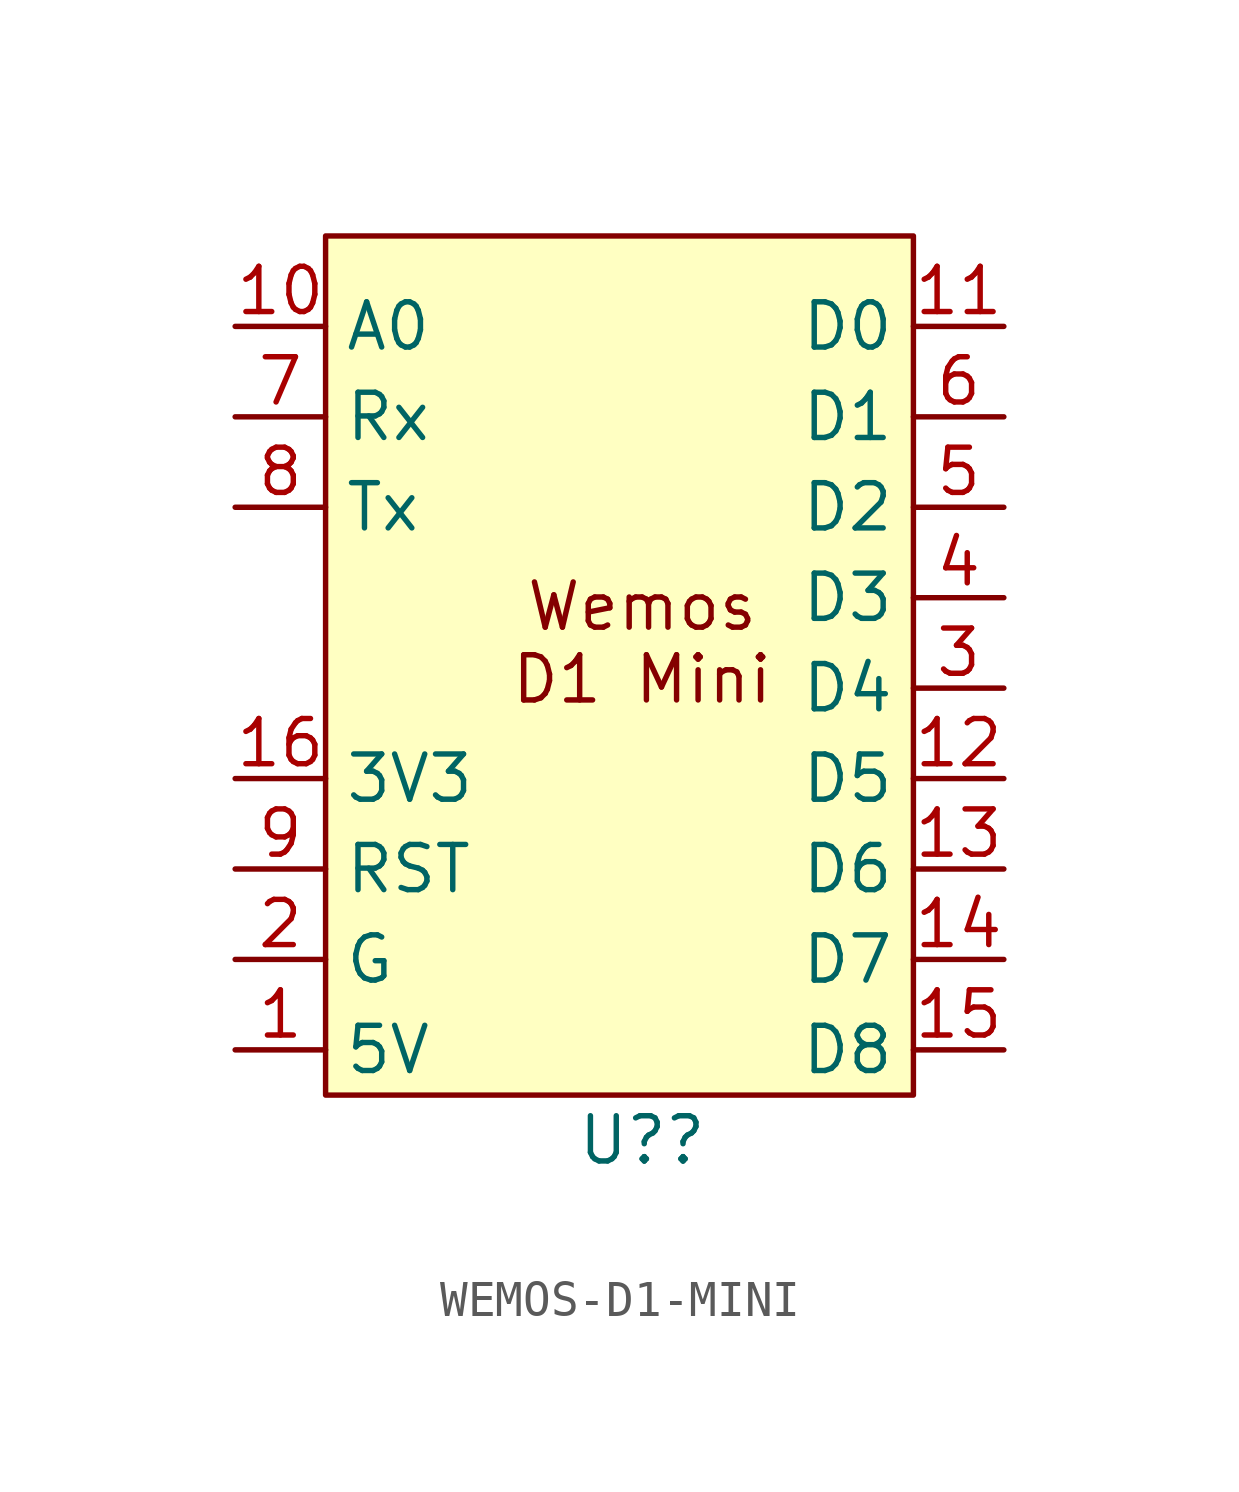
<source format=kicad_sym>
(kicad_symbol_lib
  (version 20220914)
  (generator kicad_symbol_editor)
  (symbol "WEMOS-D1-MINI"
    (property "Reference" "U?"
      (at 5.08 -8.89 0)
      (effects (font (size 1.27 1.27))))
    (property "Value" ""
      (at 0 0 0)
      (effects (font (size 1.27 1.27))))
    (symbol "WEMOS-D1-MINI_1_1"
      (rectangle (start -3.81 16.51) (end 12.7 -7.62) (stroke (width 0) (type default)) (fill (type background)))
      (text "Wemos\nD1 Mini" (at 5.08 5.08 0) (effects (font (size 1.27 1.27))))
      (pin bidirectional line (at -6.35 -6.35 0) (length 2.54) (name "5V" (effects (font (size 1.27 1.27)))) (number "1" (effects (font (size 1.27 1.27)))))
      (pin bidirectional line (at -6.35 13.97 0) (length 2.54) (name "A0" (effects (font (size 1.27 1.27)))) (number "10" (effects (font (size 1.27 1.27)))))
      (pin bidirectional line (at 15.24 13.97 180) (length 2.54) (name "D0" (effects (font (size 1.27 1.27)))) (number "11" (effects (font (size 1.27 1.27)))))
      (pin bidirectional line (at 15.24 1.27 180) (length 2.54) (name "D5" (effects (font (size 1.27 1.27)))) (number "12" (effects (font (size 1.27 1.27)))))
      (pin bidirectional line (at 15.24 -1.27 180) (length 2.54) (name "D6" (effects (font (size 1.27 1.27)))) (number "13" (effects (font (size 1.27 1.27)))))
      (pin bidirectional line (at 15.24 -3.81 180) (length 2.54) (name "D7" (effects (font (size 1.27 1.27)))) (number "14" (effects (font (size 1.27 1.27)))))
      (pin bidirectional line (at 15.24 -6.35 180) (length 2.54) (name "D8" (effects (font (size 1.27 1.27)))) (number "15" (effects (font (size 1.27 1.27)))))
      (pin bidirectional line (at -6.35 1.27 0) (length 2.54) (name "3V3" (effects (font (size 1.27 1.27)))) (number "16" (effects (font (size 1.27 1.27)))))
      (pin bidirectional line (at -6.35 -3.81 0) (length 2.54) (name "G" (effects (font (size 1.27 1.27)))) (number "2" (effects (font (size 1.27 1.27)))))
      (pin bidirectional line (at 15.24 3.81 180) (length 2.54) (name "D4" (effects (font (size 1.27 1.27)))) (number "3" (effects (font (size 1.27 1.27)))))
      (pin bidirectional line (at 15.24 6.35 180) (length 2.54) (name "D3" (effects (font (size 1.27 1.27)))) (number "4" (effects (font (size 1.27 1.27)))))
      (pin bidirectional line (at 15.24 8.89 180) (length 2.54) (name "D2" (effects (font (size 1.27 1.27)))) (number "5" (effects (font (size 1.27 1.27)))))
      (pin bidirectional line (at 15.24 11.43 180) (length 2.54) (name "D1" (effects (font (size 1.27 1.27)))) (number "6" (effects (font (size 1.27 1.27)))))
      (pin bidirectional line (at -6.35 11.43 0) (length 2.54) (name "Rx" (effects (font (size 1.27 1.27)))) (number "7" (effects (font (size 1.27 1.27)))))
      (pin bidirectional line (at -6.35 8.89 0) (length 2.54) (name "Tx" (effects (font (size 1.27 1.27)))) (number "8" (effects (font (size 1.27 1.27)))))
      (pin bidirectional line (at -6.35 -1.27 0) (length 2.54) (name "RST" (effects (font (size 1.27 1.27)))) (number "9" (effects (font (size 1.27 1.27))))))))
</source>
